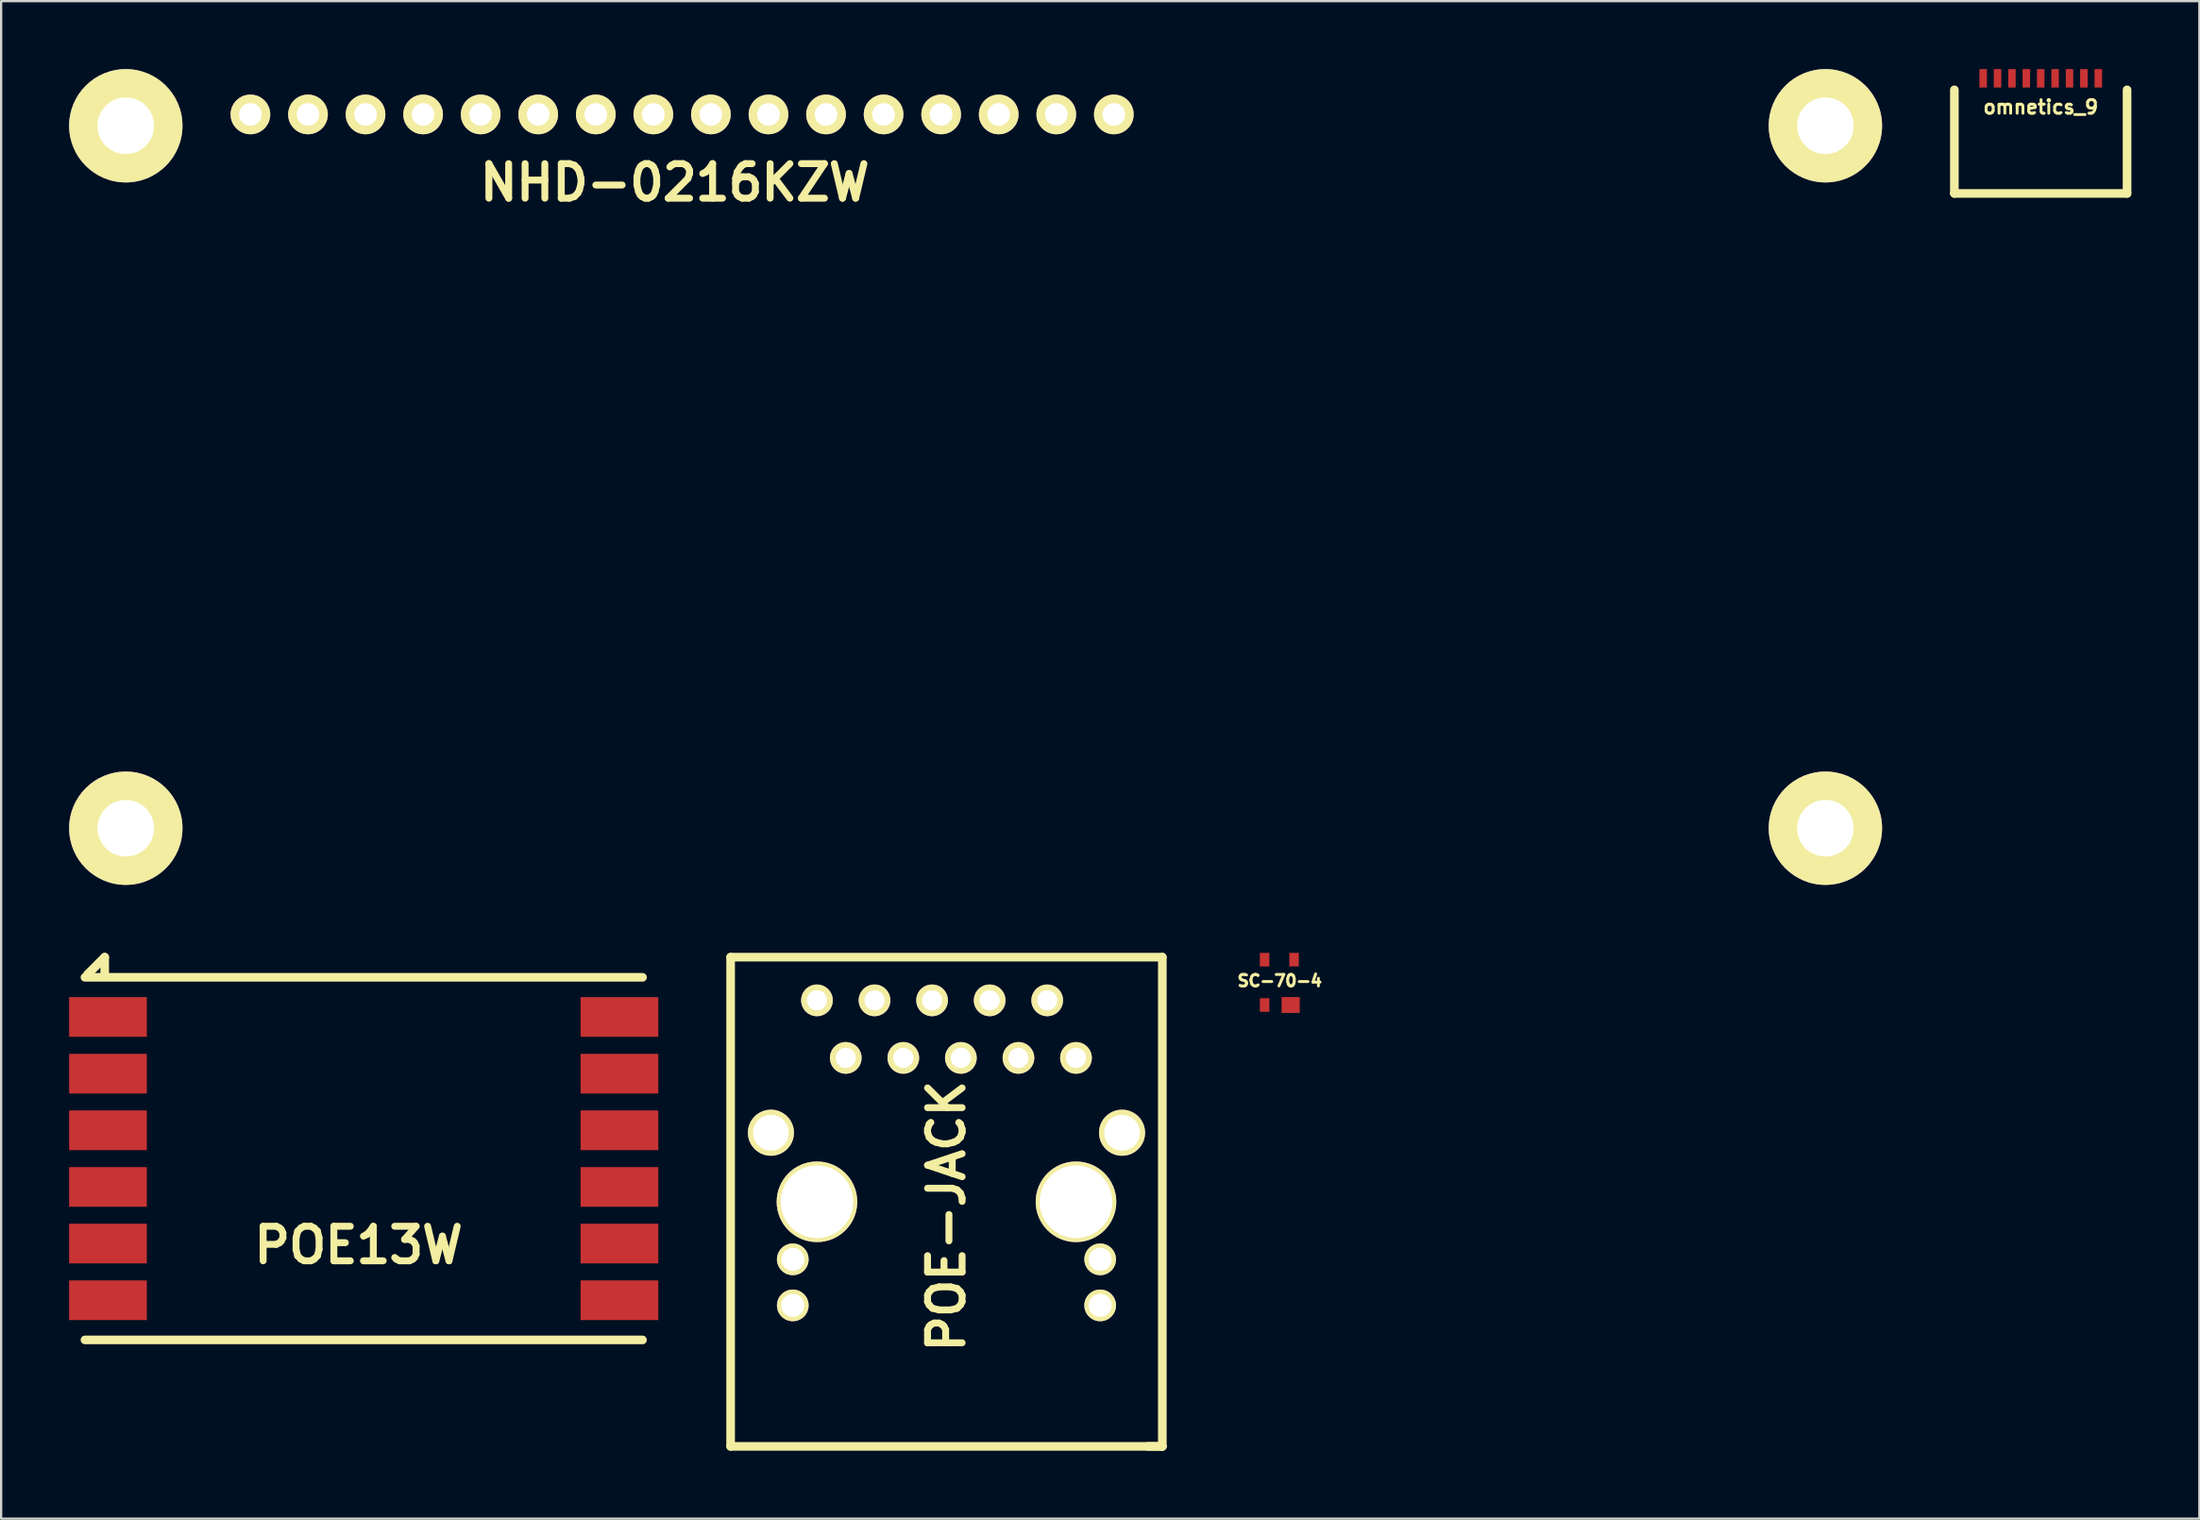
<source format=kicad_pcb>
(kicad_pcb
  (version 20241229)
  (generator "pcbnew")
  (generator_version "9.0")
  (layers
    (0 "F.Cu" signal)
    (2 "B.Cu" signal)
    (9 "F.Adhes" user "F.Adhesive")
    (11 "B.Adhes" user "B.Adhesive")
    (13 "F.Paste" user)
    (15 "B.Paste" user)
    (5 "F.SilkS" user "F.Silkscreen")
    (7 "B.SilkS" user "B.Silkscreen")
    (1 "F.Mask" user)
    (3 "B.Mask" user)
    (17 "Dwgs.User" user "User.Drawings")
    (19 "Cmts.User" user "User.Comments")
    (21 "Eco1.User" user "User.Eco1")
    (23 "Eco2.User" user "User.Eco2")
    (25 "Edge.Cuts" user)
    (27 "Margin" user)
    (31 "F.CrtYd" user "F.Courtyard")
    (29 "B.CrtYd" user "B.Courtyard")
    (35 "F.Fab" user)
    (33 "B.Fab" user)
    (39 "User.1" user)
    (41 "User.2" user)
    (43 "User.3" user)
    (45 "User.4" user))
  (footprint "POE-JACK"
    (layer "F.Cu")
    (at 33 49.987)
    (property "Reference" "POE-JACK" (at 5.715 0.635 90) (layer "F.SilkS") (effects (font (size 1.524 1.524) (thickness 0.305))))
    (attr through_hole)
    (fp_line (start -3.81 -10.795) (end -3.81 10.795) (stroke (width 0.381) (type solid)) (layer "F.SilkS"))
    (fp_line (start -3.81 -10.795) (end 15.24 -10.795) (stroke (width 0.381) (type solid)) (layer "F.SilkS"))
    (fp_line (start -3.81 10.795) (end 15.24 10.795) (stroke (width 0.381) (type solid)) (layer "F.SilkS"))
    (fp_line (start 15.24 10.795) (end 14.605 10.795) (stroke (width 0.381) (type solid)) (layer "F.SilkS"))
    (fp_line (start 15.24 10.795) (end 15.24 -10.795) (stroke (width 0.381) (type solid)) (layer "F.SilkS"))
    (pad "1" thru_hole circle (at 0 -8.89) (size 1.397 1.397) (drill 0.889) (layers "*.Cu" "*.Mask" "F.SilkS"))
    (pad "2" thru_hole circle (at 1.27 -6.35) (size 1.397 1.397) (drill 0.889) (layers "*.Cu" "*.Mask" "F.SilkS"))
    (pad "3" thru_hole circle (at 2.54 -8.89) (size 1.397 1.397) (drill 0.889) (layers "*.Cu" "*.Mask" "F.SilkS"))
    (pad "4" thru_hole circle (at 3.81 -6.35) (size 1.397 1.397) (drill 0.889) (layers "*.Cu" "*.Mask" "F.SilkS"))
    (pad "5" thru_hole circle (at 5.08 -8.89) (size 1.397 1.397) (drill 0.889) (layers "*.Cu" "*.Mask" "F.SilkS"))
    (pad "6" thru_hole circle (at 6.35 -6.35) (size 1.397 1.397) (drill 0.889) (layers "*.Cu" "*.Mask" "F.SilkS"))
    (pad "7" thru_hole circle (at 7.62 -8.89) (size 1.397 1.397) (drill 0.889) (layers "*.Cu" "*.Mask" "F.SilkS"))
    (pad "8" thru_hole circle (at 8.89 -6.35) (size 1.397 1.397) (drill 0.889) (layers "*.Cu" "*.Mask" "F.SilkS"))
    (pad "9" thru_hole circle (at 10.16 -8.89) (size 1.397 1.397) (drill 0.889) (layers "*.Cu" "*.Mask" "F.SilkS"))
    (pad "10" thru_hole circle (at 11.43 -6.35) (size 1.397 1.397) (drill 0.889) (layers "*.Cu" "*.Mask" "F.SilkS"))
    (pad "D1" thru_hole circle (at -1.067 2.54) (size 1.397 1.397) (drill 1.016) (layers "*.Cu" "*.Mask" "F.SilkS"))
    (pad "D2" thru_hole circle (at -1.067 4.572) (size 1.397 1.397) (drill 1.016) (layers "*.Cu" "*.Mask" "F.SilkS"))
    (pad "D3" thru_hole circle (at 12.497 2.54) (size 1.397 1.397) (drill 1.016) (layers "*.Cu" "*.Mask" "F.SilkS"))
    (pad "D4" thru_hole circle (at 12.497 4.572) (size 1.397 1.397) (drill 1.016) (layers "*.Cu" "*.Mask" "F.SilkS"))
    (pad "s1" thru_hole circle (at 0 0) (size 3.556 3.556) (drill 3.2) (layers "*.Cu" "*.Mask" "F.SilkS"))
    (pad "s2" thru_hole circle (at 11.43 0) (size 3.556 3.556) (drill 3.2) (layers "*.Cu" "*.Mask" "F.SilkS"))
    (pad "s3" thru_hole circle (at -2.032 -3.048) (size 2.032 2.032) (drill 1.575) (layers "*.Cu" "*.Mask" "F.SilkS"))
    (pad "s4" thru_hole circle (at 13.462 -3.048) (size 2.032 2.032) (drill 1.575) (layers "*.Cu" "*.Mask" "F.SilkS")))
  (footprint "SC-70-4"
    (layer "F.Cu")
    (at 53.403 40.302)
    (property "Reference" "SC-70-4" (at 0.018 -0.069 0) (layer "F.SilkS") (effects (font (size 0.508 0.508) (thickness 0.127))))
    (attr through_hole)
    (pad "1" smd rect (at -0.65 1.001) (size 0.419 0.599) (layers "F.Cu" "F.Mask" "F.Paste"))
    (pad "2" smd rect (at 0.5 1.001) (size 0.8 0.701) (layers "F.Cu" "F.Mask" "F.Paste"))
    (pad "3" smd rect (at 0.65 -1.001) (size 0.419 0.599) (layers "F.Cu" "F.Mask" "F.Paste"))
    (pad "4" smd rect (at -0.65 -1.001) (size 0.419 0.599) (layers "F.Cu" "F.Mask" "F.Paste")))
  (footprint "NHD-0216KZW"
    (layer "F.Cu")
    (at 8 2)
    (property "Reference" "NHD-0216KZW" (at 18.725 3.007 0) (layer "F.SilkS") (effects (font (size 1.524 1.524) (thickness 0.305))))
    (attr through_hole)
    (pad "1" thru_hole circle (at 0 0) (size 1.75 1.75) (drill 1.001) (layers "*.Cu" "*.Mask" "F.SilkS"))
    (pad "2" thru_hole circle (at 2.54 0) (size 1.75 1.75) (drill 1.001) (layers "*.Cu" "*.Mask" "F.SilkS"))
    (pad "3" thru_hole circle (at 5.08 0) (size 1.75 1.75) (drill 1.001) (layers "*.Cu" "*.Mask" "F.SilkS"))
    (pad "4" thru_hole circle (at 7.62 0) (size 1.75 1.75) (drill 1.001) (layers "*.Cu" "*.Mask" "F.SilkS"))
    (pad "5" thru_hole circle (at 10.16 0) (size 1.75 1.75) (drill 1.001) (layers "*.Cu" "*.Mask" "F.SilkS"))
    (pad "6" thru_hole circle (at 12.7 0) (size 1.75 1.75) (drill 1.001) (layers "*.Cu" "*.Mask" "F.SilkS"))
    (pad "7" thru_hole circle (at 15.24 0) (size 1.75 1.75) (drill 1.001) (layers "*.Cu" "*.Mask" "F.SilkS"))
    (pad "8" thru_hole circle (at 17.78 0) (size 1.75 1.75) (drill 1.001) (layers "*.Cu" "*.Mask" "F.SilkS"))
    (pad "9" thru_hole circle (at 20.32 0) (size 1.75 1.75) (drill 1.001) (layers "*.Cu" "*.Mask" "F.SilkS"))
    (pad "10" thru_hole circle (at 22.86 0) (size 1.75 1.75) (drill 1.001) (layers "*.Cu" "*.Mask" "F.SilkS"))
    (pad "11" thru_hole circle (at 25.4 0) (size 1.75 1.75) (drill 1.001) (layers "*.Cu" "*.Mask" "F.SilkS"))
    (pad "12" thru_hole circle (at 27.94 0) (size 1.75 1.75) (drill 1.001) (layers "*.Cu" "*.Mask" "F.SilkS"))
    (pad "13" thru_hole circle (at 30.48 0) (size 1.75 1.75) (drill 1.001) (layers "*.Cu" "*.Mask" "F.SilkS"))
    (pad "14" thru_hole circle (at 33.02 0) (size 1.75 1.75) (drill 1.001) (layers "*.Cu" "*.Mask" "F.SilkS"))
    (pad "15" thru_hole circle (at 35.56 0) (size 1.75 1.75) (drill 1.001) (layers "*.Cu" "*.Mask" "F.SilkS"))
    (pad "16" thru_hole circle (at 38.1 0) (size 1.75 1.75) (drill 1.001) (layers "*.Cu" "*.Mask" "F.SilkS"))
    (pad "s1" thru_hole circle (at -5.499 0.5) (size 5.001 5.001) (drill 2.499) (layers "*.Cu" "*.Mask" "F.SilkS"))
    (pad "s2" thru_hole circle (at -5.499 31.501) (size 5.001 5.001) (drill 2.499) (layers "*.Cu" "*.Mask" "F.SilkS"))
    (pad "s3" thru_hole circle (at 69.499 31.501) (size 5.001 5.001) (drill 2.499) (layers "*.Cu" "*.Mask" "F.SilkS"))
    (pad "s4" thru_hole circle (at 69.499 0.5) (size 5.001 5.001) (drill 2.499) (layers "*.Cu" "*.Mask" "F.SilkS")))
  (footprint "omnetics_9"
    (layer "F.Cu")
    (at 87 0.406)
    (property "Reference" "omnetics_9" (at 0 1.27 0) (layer "F.SilkS") (effects (font (size 0.599 0.599) (thickness 0.127))))
    (attr through_hole)
    (fp_line (start -3.81 5.08) (end -3.81 0.508) (stroke (width 0.381) (type solid)) (layer "F.SilkS"))
    (fp_line (start 3.81 0.508) (end 3.81 5.08) (stroke (width 0.381) (type solid)) (layer "F.SilkS"))
    (fp_line (start 3.81 5.08) (end -3.81 5.08) (stroke (width 0.381) (type solid)) (layer "F.SilkS"))
    (pad "1" smd rect (at -2.54 0) (size 0.33 0.813) (layers "F.Cu" "F.Mask" "F.Paste"))
    (pad "2" smd rect (at -1.905 0) (size 0.33 0.813) (layers "F.Cu" "F.Mask" "F.Paste"))
    (pad "3" smd rect (at -1.27 0) (size 0.33 0.813) (layers "F.Cu" "F.Mask" "F.Paste"))
    (pad "4" smd rect (at -0.635 0) (size 0.33 0.813) (layers "F.Cu" "F.Mask" "F.Paste"))
    (pad "5" smd rect (at 0 0) (size 0.33 0.813) (layers "F.Cu" "F.Mask" "F.Paste"))
    (pad "6" smd rect (at 0.635 0) (size 0.33 0.813) (layers "F.Cu" "F.Mask" "F.Paste"))
    (pad "7" smd rect (at 1.27 0) (size 0.33 0.813) (layers "F.Cu" "F.Mask" "F.Paste"))
    (pad "8" smd rect (at 1.905 0) (size 0.33 0.813) (layers "F.Cu" "F.Mask" "F.Paste"))
    (pad "9" smd rect (at 2.54 0) (size 0.33 0.813) (layers "F.Cu" "F.Mask" "F.Paste")))
  (footprint "POE13W"
    (layer "F.Cu")
    (at 13 48.082)
    (property "Reference" "POE13W" (at -0.229 3.82 0) (layer "F.SilkS") (effects (font (size 1.524 1.524) (thickness 0.305))))
    (attr through_hole)
    (fp_line (start -12.301 -8.001) (end 12.301 -8.001) (stroke (width 0.381) (type solid)) (layer "F.SilkS"))
    (fp_line (start -12.301 8.001) (end 12.301 8.001) (stroke (width 0.381) (type solid)) (layer "F.SilkS"))
    (fp_line (start -12.192 -8.128) (end -11.43 -8.89) (stroke (width 0.381) (type solid)) (layer "F.SilkS"))
    (fp_line (start -11.43 -8.89) (end -11.43 -8.128) (stroke (width 0.381) (type solid)) (layer "F.SilkS"))
    (pad "1" smd rect (at -11.285 -6.251) (size 3.429 1.75) (layers "F.Cu" "F.Mask" "F.Paste"))
    (pad "2" smd rect (at -11.285 -3.749) (size 3.429 1.75) (layers "F.Cu" "F.Mask" "F.Paste"))
    (pad "3" smd rect (at -11.285 -1.25) (size 3.429 1.75) (layers "F.Cu" "F.Mask" "F.Paste"))
    (pad "4" smd rect (at -11.285 1.25) (size 3.429 1.75) (layers "F.Cu" "F.Mask" "F.Paste"))
    (pad "5" smd rect (at -11.285 3.749) (size 3.429 1.75) (layers "F.Cu" "F.Mask" "F.Paste"))
    (pad "6" smd rect (at -11.285 6.251) (size 3.429 1.75) (layers "F.Cu" "F.Mask" "F.Paste"))
    (pad "7" smd rect (at 11.285 6.251) (size 3.429 1.75) (layers "F.Cu" "F.Mask" "F.Paste"))
    (pad "8" smd rect (at 11.285 3.749) (size 3.429 1.75) (layers "F.Cu" "F.Mask" "F.Paste"))
    (pad "9" smd rect (at 11.285 1.25) (size 3.429 1.75) (layers "F.Cu" "F.Mask" "F.Paste"))
    (pad "10" smd rect (at 11.285 -1.25) (size 3.429 1.75) (layers "F.Cu" "F.Mask" "F.Paste"))
    (pad "11" smd rect (at 11.285 -3.749) (size 3.429 1.75) (layers "F.Cu" "F.Mask" "F.Paste"))
    (pad "12" smd rect (at 11.285 -6.251) (size 3.429 1.75) (layers "F.Cu" "F.Mask" "F.Paste")))
  (gr_rect
    (start -3 -3)
    (end 94.001 63.973)
    (stroke (width 0.1) (type default))
    (fill no)
    (layer "Edge.Cuts")))
</source>
